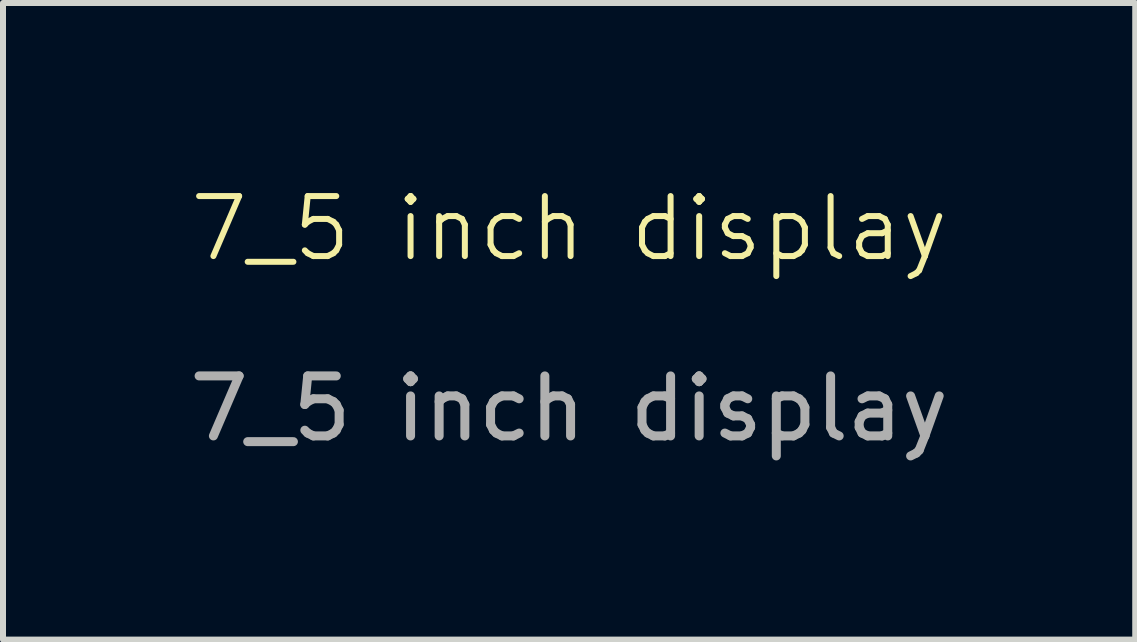
<source format=kicad_pcb>
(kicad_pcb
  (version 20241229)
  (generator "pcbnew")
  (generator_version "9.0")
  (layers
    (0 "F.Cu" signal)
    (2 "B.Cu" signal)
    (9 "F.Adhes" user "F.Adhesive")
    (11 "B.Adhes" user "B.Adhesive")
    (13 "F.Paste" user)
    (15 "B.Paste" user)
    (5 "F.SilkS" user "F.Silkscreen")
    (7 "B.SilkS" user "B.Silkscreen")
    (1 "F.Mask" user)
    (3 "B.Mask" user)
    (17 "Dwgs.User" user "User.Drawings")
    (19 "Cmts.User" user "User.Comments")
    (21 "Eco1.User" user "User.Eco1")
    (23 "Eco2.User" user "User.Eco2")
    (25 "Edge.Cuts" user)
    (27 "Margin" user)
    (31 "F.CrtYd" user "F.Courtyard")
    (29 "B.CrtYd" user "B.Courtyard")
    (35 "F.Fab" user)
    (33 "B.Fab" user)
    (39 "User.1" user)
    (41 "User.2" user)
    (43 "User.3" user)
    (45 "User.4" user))
  (footprint "7_5 inch display"
    (layer "F.Cu")
    (at 6.435 1.26)
    (property "Reference" "7_5 inch display" (at 0 -0.5 0) (unlocked yes) (layer "F.SilkS") (effects (font (size 1 1) (thickness 0.1))))
    (attr smd)
    (fp_text user "${REFERENCE}" (at 0 2.5 0) (unlocked yes) (layer "F.Fab") (effects (font (size 1 1) (thickness 0.15)))))
  (gr_rect
    (start -3 -3)
    (end 15.869 7.609)
    (stroke (width 0.1) (type default))
    (fill no)
    (layer "Edge.Cuts")))
</source>
